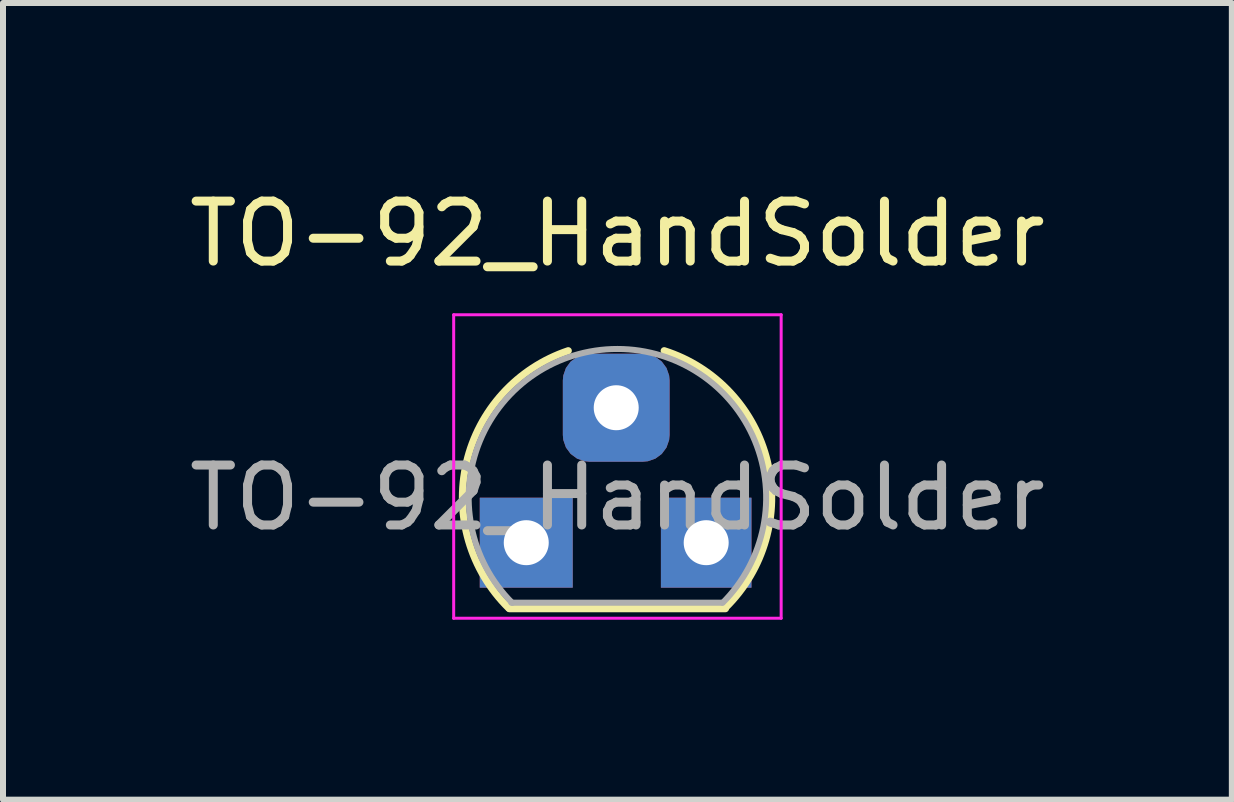
<source format=kicad_pcb>
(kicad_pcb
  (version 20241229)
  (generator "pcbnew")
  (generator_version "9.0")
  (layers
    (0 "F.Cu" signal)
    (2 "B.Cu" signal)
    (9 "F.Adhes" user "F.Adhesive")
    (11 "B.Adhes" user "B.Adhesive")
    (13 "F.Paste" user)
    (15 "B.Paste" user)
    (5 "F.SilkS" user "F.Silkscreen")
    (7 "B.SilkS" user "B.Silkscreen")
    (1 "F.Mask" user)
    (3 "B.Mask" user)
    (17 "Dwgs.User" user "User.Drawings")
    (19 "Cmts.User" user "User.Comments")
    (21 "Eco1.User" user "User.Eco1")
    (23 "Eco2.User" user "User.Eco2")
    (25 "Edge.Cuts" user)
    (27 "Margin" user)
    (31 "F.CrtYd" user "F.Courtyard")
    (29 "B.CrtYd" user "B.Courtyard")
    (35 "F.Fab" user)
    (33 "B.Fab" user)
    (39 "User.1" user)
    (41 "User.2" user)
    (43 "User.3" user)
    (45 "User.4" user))
  (footprint "TO-92_HandSolder"
    (layer "F.Cu")
    (at 5.974 5.248)
    (property "Reference" "TO-92_HandSolder" (at 1.27 -4.4 0) (layer "F.SilkS") (effects (font (size 1 1) (thickness 0.15))))
    (attr through_hole)
    (fp_line (start -0.53 1.85) (end 3.07 1.85) (stroke (width 0.12) (type solid)) (layer "F.SilkS"))
    (fp_arc (start -0.541875 1.841741) (mid -1.247231 -0.581764) (end 0.45 -2.45) (stroke (width 0.12) (type solid)) (layer "F.SilkS"))
    (fp_arc (start 2.05 -2.45) (mid 3.769931 -0.601036) (end 3.078445 1.827684) (stroke (width 0.12) (type solid)) (layer "F.SilkS"))
    (fp_line (start -1.46 -3.05) (end -1.46 2.01) (stroke (width 0.05) (type solid)) (layer "F.CrtYd"))
    (fp_line (start -1.46 -3.05) (end 4 -3.05) (stroke (width 0.05) (type solid)) (layer "F.CrtYd"))
    (fp_line (start 4 2.01) (end -1.46 2.01) (stroke (width 0.05) (type solid)) (layer "F.CrtYd"))
    (fp_line (start 4 2.01) (end 4 -3.05) (stroke (width 0.05) (type solid)) (layer "F.CrtYd"))
    (fp_line (start -0.5 1.75) (end 3 1.75) (stroke (width 0.1) (type solid)) (layer "F.Fab"))
    (fp_arc (start -0.483625 1.753625) (mid -1.021221 -0.949055) (end 1.27 -2.48) (stroke (width 0.1) (type solid)) (layer "F.Fab"))
    (fp_arc (start 1.27 -2.48) (mid 3.561221 -0.949055) (end 3.023625 1.753625) (stroke (width 0.1) (type solid)) (layer "F.Fab"))
    (fp_text user "${REFERENCE}" (at 1.27 0 0) (layer "F.Fab") (effects (font (size 1 1) (thickness 0.15))))
    (pad "1" thru_hole rect (at -0.25 0.75) (size 1.55 1.5) (drill 0.75) (layers "*.Cu" "*.Mask"))
    (pad "2" thru_hole roundrect (at 1.25 -1.5) (size 1.78 1.8) (drill 0.75) (layers "*.Cu" "*.Mask") (roundrect_rratio 0.25))
    (pad "3" thru_hole rect (at 2.75 0.75) (size 1.51 1.5) (drill 0.75) (layers "*.Cu" "*.Mask")))
  (gr_rect
    (start -3 -3)
    (end 17.488 10.283)
    (stroke (width 0.1) (type default))
    (fill no)
    (layer "Edge.Cuts")))
</source>
